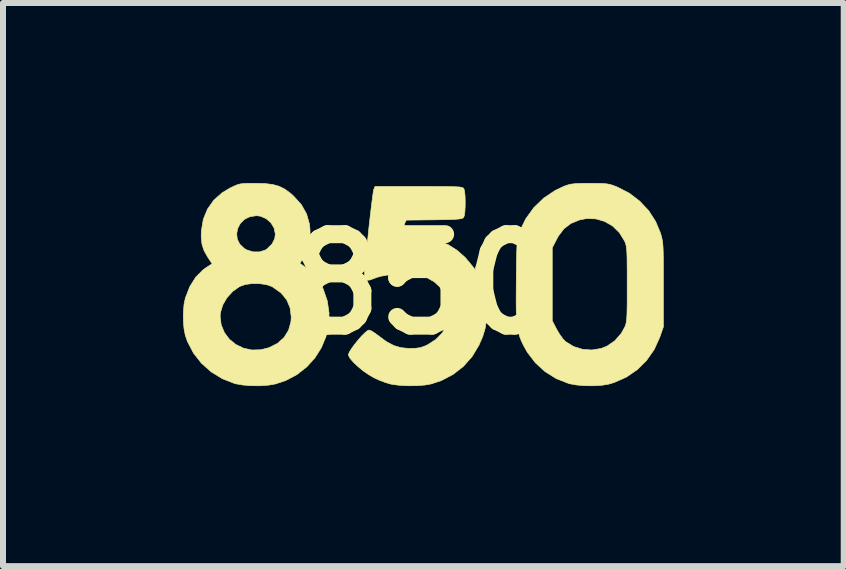
<source format=kicad_pcb>
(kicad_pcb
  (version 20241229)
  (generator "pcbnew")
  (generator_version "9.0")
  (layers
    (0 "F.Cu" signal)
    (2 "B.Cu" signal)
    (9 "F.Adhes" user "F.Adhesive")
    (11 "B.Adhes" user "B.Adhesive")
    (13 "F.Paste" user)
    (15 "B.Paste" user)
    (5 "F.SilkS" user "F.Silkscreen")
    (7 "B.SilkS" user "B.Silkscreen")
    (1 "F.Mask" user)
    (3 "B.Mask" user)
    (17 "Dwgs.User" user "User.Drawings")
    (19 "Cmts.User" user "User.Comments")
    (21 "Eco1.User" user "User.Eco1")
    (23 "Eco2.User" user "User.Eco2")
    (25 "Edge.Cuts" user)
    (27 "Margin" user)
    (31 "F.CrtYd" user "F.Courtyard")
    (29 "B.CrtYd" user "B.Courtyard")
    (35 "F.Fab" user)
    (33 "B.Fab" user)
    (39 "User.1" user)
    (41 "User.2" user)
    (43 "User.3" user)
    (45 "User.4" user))
  (footprint "850"
    (layer "F.Cu")
    (at 4.004 1.687)
    (property "Reference" "850" (at 0 0 0) (layer "F.SilkS") (effects (font (size 1.524 1.524) (thickness 0.3))))
    (attr through_hole)
    (fp_poly (pts (xy 2.895 -1.681) (xy 2.985 -1.679) (xy 3.053 -1.674) (xy 3.108 -1.664) (xy 3.161 -1.648) (xy 3.222 -1.624) (xy 3.235 -1.619) (xy 3.432 -1.518) (xy 3.606 -1.385) (xy 3.755 -1.226) (xy 3.871 -1.046) (xy 3.947 -0.865) (xy 3.962 -0.818) (xy 3.973 -0.775) (xy 3.982 -0.732) (xy 3.989 -0.682) (xy 3.994 -0.62) (xy 3.997 -0.542) (xy 3.999 -0.441) (xy 4 -0.313) (xy 4 -0.152) (xy 4 0.006) (xy 4 0.709) (xy 3.94 0.882) (xy 3.847 1.087) (xy 3.72 1.269) (xy 3.564 1.423) (xy 3.383 1.547) (xy 3.179 1.637) (xy 3.097 1.662) (xy 2.982 1.682) (xy 2.842 1.691) (xy 2.694 1.69) (xy 2.552 1.678) (xy 2.434 1.657) (xy 2.422 1.653) (xy 2.217 1.573) (xy 2.031 1.457) (xy 1.868 1.309) (xy 1.733 1.133) (xy 1.662 1.005) (xy 1.631 0.938) (xy 1.606 0.873) (xy 1.586 0.807) (xy 1.57 0.734) (xy 1.56 0.648) (xy 1.552 0.545) (xy 1.548 0.419) (xy 1.547 0.265) (xy 1.548 0.078) (xy 1.549 -0.074) (xy 1.551 -0.263) (xy 1.553 -0.414) (xy 1.556 -0.534) (xy 1.559 -0.608) (xy 2.148 -0.608) (xy 2.148 0.608) (xy 2.223 0.752) (xy 2.274 0.838) (xy 2.33 0.914) (xy 2.375 0.959) (xy 2.506 1.038) (xy 2.654 1.084) (xy 2.808 1.095) (xy 2.96 1.07) (xy 3.06 1.031) (xy 3.19 0.942) (xy 3.296 0.821) (xy 3.353 0.721) (xy 3.366 0.691) (xy 3.376 0.66) (xy 3.383 0.622) (xy 3.389 0.573) (xy 3.393 0.507) (xy 3.395 0.418) (xy 3.397 0.302) (xy 3.397 0.153) (xy 3.397 0) (xy 3.397 -0.18) (xy 3.396 -0.323) (xy 3.395 -0.434) (xy 3.392 -0.519) (xy 3.388 -0.582) (xy 3.382 -0.629) (xy 3.374 -0.665) (xy 3.364 -0.696) (xy 3.353 -0.721) (xy 3.267 -0.86) (xy 3.155 -0.97) (xy 3.022 -1.047) (xy 2.875 -1.09) (xy 2.719 -1.095) (xy 2.598 -1.071) (xy 2.458 -1.013) (xy 2.344 -0.926) (xy 2.252 -0.806) (xy 2.223 -0.753) (xy 2.148 -0.608) (xy 1.559 -0.608) (xy 1.56 -0.627) (xy 1.564 -0.698) (xy 1.57 -0.753) (xy 1.578 -0.796) (xy 1.588 -0.834) (xy 1.601 -0.87) (xy 1.603 -0.877) (xy 1.705 -1.088) (xy 1.84 -1.276) (xy 2.005 -1.435) (xy 2.198 -1.564) (xy 2.346 -1.634) (xy 2.4 -1.653) (xy 2.452 -1.667) (xy 2.514 -1.675) (xy 2.594 -1.68) (xy 2.701 -1.682) (xy 2.773 -1.682) (xy 2.895 -1.681)) (stroke (width 0.01) (type solid)) (fill yes) (layer "F.SilkS"))
    (fp_poly (pts (xy -2.795 -1.682) (xy -2.635 -1.678) (xy -2.507 -1.662) (xy -2.401 -1.632) (xy -2.306 -1.584) (xy -2.212 -1.515) (xy -2.159 -1.467) (xy -2.032 -1.326) (xy -1.946 -1.173) (xy -1.898 -1.005) (xy -1.889 -0.922) (xy -1.885 -0.778) (xy -1.896 -0.664) (xy -1.925 -0.566) (xy -1.973 -0.476) (xy -1.983 -0.461) (xy -2.057 -0.349) (xy -1.997 -0.307) (xy -1.881 -0.21) (xy -1.776 -0.092) (xy -1.692 0.032) (xy -1.669 0.078) (xy -1.6 0.278) (xy -1.571 0.479) (xy -1.58 0.68) (xy -1.623 0.874) (xy -1.7 1.058) (xy -1.807 1.227) (xy -1.943 1.377) (xy -2.105 1.504) (xy -2.291 1.603) (xy -2.465 1.661) (xy -2.582 1.681) (xy -2.723 1.691) (xy -2.872 1.69) (xy -3.014 1.678) (xy -3.132 1.657) (xy -3.143 1.654) (xy -3.35 1.573) (xy -3.536 1.459) (xy -3.698 1.315) (xy -3.83 1.146) (xy -3.93 0.955) (xy -3.967 0.848) (xy -3.988 0.738) (xy -3.999 0.604) (xy -3.999 0.532) (xy -3.386 0.532) (xy -3.368 0.678) (xy -3.314 0.807) (xy -3.231 0.917) (xy -3.123 1.004) (xy -2.997 1.065) (xy -2.857 1.095) (xy -2.709 1.091) (xy -2.571 1.056) (xy -2.429 0.984) (xy -2.32 0.886) (xy -2.245 0.765) (xy -2.206 0.624) (xy -2.201 0.545) (xy -2.22 0.393) (xy -2.276 0.26) (xy -2.369 0.146) (xy -2.501 0.051) (xy -2.527 0.036) (xy -2.618 0.005) (xy -2.733 -0.011) (xy -2.855 -0.012) (xy -2.968 0.004) (xy -3.059 0.036) (xy -3.176 0.118) (xy -3.273 0.225) (xy -3.343 0.346) (xy -3.381 0.472) (xy -3.386 0.532) (xy -3.999 0.532) (xy -3.998 0.463) (xy -3.987 0.33) (xy -3.966 0.231) (xy -3.892 0.04) (xy -3.793 -0.118) (xy -3.669 -0.242) (xy -3.617 -0.279) (xy -3.519 -0.342) (xy -3.59 -0.448) (xy -3.652 -0.557) (xy -3.688 -0.665) (xy -3.701 -0.788) (xy -3.7 -0.842) (xy -3.11 -0.842) (xy -3.1 -0.752) (xy -3.059 -0.668) (xy -2.986 -0.598) (xy -2.936 -0.57) (xy -2.834 -0.54) (xy -2.729 -0.54) (xy -2.636 -0.569) (xy -2.608 -0.586) (xy -2.522 -0.669) (xy -2.476 -0.761) (xy -2.466 -0.836) (xy -2.486 -0.935) (xy -2.539 -1.024) (xy -2.618 -1.093) (xy -2.714 -1.135) (xy -2.781 -1.143) (xy -2.892 -1.126) (xy -2.982 -1.081) (xy -3.05 -1.013) (xy -3.093 -0.931) (xy -3.11 -0.842) (xy -3.7 -0.842) (xy -3.698 -0.894) (xy -3.666 -1.084) (xy -3.596 -1.254) (xy -3.491 -1.402) (xy -3.352 -1.525) (xy -3.221 -1.604) (xy -3.153 -1.636) (xy -3.1 -1.659) (xy -3.05 -1.672) (xy -2.992 -1.679) (xy -2.915 -1.682) (xy -2.808 -1.682) (xy -2.795 -1.682)) (stroke (width 0.01) (type solid)) (fill yes) (layer "F.SilkS"))
    (fp_poly (pts (xy 0.12 -1.63) (xy 0.277 -1.629) (xy 0.4 -1.628) (xy 0.494 -1.626) (xy 0.563 -1.624) (xy 0.611 -1.62) (xy 0.642 -1.614) (xy 0.661 -1.607) (xy 0.671 -1.597) (xy 0.677 -1.589) (xy 0.688 -1.545) (xy 0.695 -1.473) (xy 0.698 -1.384) (xy 0.697 -1.292) (xy 0.692 -1.208) (xy 0.683 -1.144) (xy 0.672 -1.116) (xy 0.659 -1.104) (xy 0.636 -1.095) (xy 0.597 -1.088) (xy 0.538 -1.083) (xy 0.452 -1.079) (xy 0.335 -1.077) (xy 0.18 -1.074) (xy 0.18 -1.074) (xy -0.285 -1.069) (xy -0.31 -1.016) (xy -0.327 -0.963) (xy -0.339 -0.89) (xy -0.342 -0.857) (xy -0.349 -0.751) (xy -0.134 -0.759) (xy 0.073 -0.755) (xy 0.252 -0.723) (xy 0.412 -0.661) (xy 0.562 -0.566) (xy 0.701 -0.443) (xy 0.845 -0.269) (xy 0.953 -0.074) (xy 1.024 0.139) (xy 1.056 0.366) (xy 1.058 0.437) (xy 1.052 0.598) (xy 1.03 0.736) (xy 0.989 0.872) (xy 0.926 1.016) (xy 0.813 1.204) (xy 0.669 1.367) (xy 0.496 1.502) (xy 0.299 1.605) (xy 0.133 1.66) (xy 0.027 1.679) (xy -0.106 1.689) (xy -0.25 1.691) (xy -0.391 1.684) (xy -0.513 1.669) (xy -0.555 1.66) (xy -0.637 1.635) (xy -0.734 1.598) (xy -0.824 1.557) (xy -0.912 1.505) (xy -1.003 1.442) (xy -1.089 1.371) (xy -1.163 1.301) (xy -1.218 1.238) (xy -1.246 1.188) (xy -1.249 1.173) (xy -1.235 1.135) (xy -1.199 1.076) (xy -1.148 1.005) (xy -1.088 0.931) (xy -1.027 0.861) (xy -0.97 0.805) (xy -0.926 0.77) (xy -0.906 0.762) (xy -0.87 0.775) (xy -0.814 0.809) (xy -0.75 0.856) (xy -0.745 0.86) (xy -0.615 0.956) (xy -0.495 1.02) (xy -0.375 1.056) (xy -0.242 1.069) (xy -0.222 1.069) (xy -0.125 1.066) (xy -0.052 1.056) (xy 0.014 1.034) (xy 0.068 1.01) (xy 0.207 0.921) (xy 0.313 0.814) (xy 0.386 0.693) (xy 0.427 0.562) (xy 0.436 0.428) (xy 0.416 0.296) (xy 0.366 0.17) (xy 0.288 0.056) (xy 0.182 -0.041) (xy 0.05 -0.116) (xy -0.109 -0.164) (xy -0.134 -0.169) (xy -0.229 -0.177) (xy -0.347 -0.176) (xy -0.474 -0.168) (xy -0.598 -0.153) (xy -0.707 -0.134) (xy -0.788 -0.111) (xy -0.795 -0.107) (xy -0.89 -0.072) (xy -0.953 -0.065) (xy -0.983 -0.083) (xy -0.984 -0.108) (xy -0.981 -0.17) (xy -0.974 -0.262) (xy -0.963 -0.378) (xy -0.951 -0.513) (xy -0.936 -0.66) (xy -0.92 -0.814) (xy -0.904 -0.969) (xy -0.887 -1.118) (xy -0.871 -1.256) (xy -0.856 -1.378) (xy -0.843 -1.476) (xy -0.833 -1.546) (xy -0.826 -1.581) (xy -0.825 -1.582) (xy -0.805 -1.63) (xy -0.075 -1.63) (xy 0.12 -1.63)) (stroke (width 0.01) (type solid)) (fill yes) (layer "F.SilkS")))
  (gr_rect
    (start -3 -3)
    (end 11.009 6.383)
    (stroke (width 0.1) (type default))
    (fill no)
    (layer "Edge.Cuts")))
</source>
